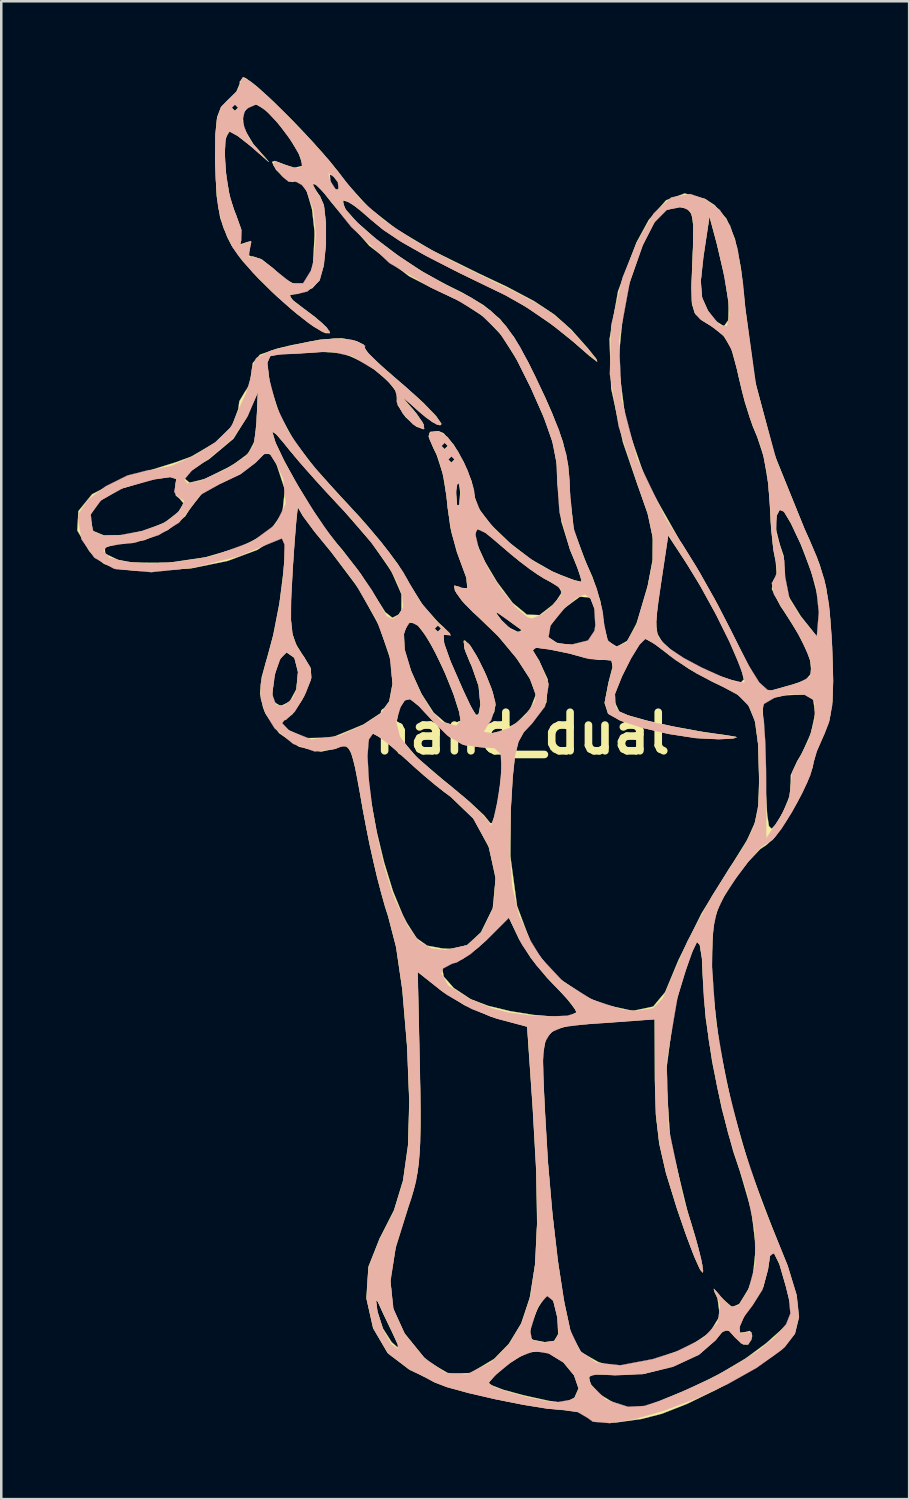
<source format=kicad_pcb>
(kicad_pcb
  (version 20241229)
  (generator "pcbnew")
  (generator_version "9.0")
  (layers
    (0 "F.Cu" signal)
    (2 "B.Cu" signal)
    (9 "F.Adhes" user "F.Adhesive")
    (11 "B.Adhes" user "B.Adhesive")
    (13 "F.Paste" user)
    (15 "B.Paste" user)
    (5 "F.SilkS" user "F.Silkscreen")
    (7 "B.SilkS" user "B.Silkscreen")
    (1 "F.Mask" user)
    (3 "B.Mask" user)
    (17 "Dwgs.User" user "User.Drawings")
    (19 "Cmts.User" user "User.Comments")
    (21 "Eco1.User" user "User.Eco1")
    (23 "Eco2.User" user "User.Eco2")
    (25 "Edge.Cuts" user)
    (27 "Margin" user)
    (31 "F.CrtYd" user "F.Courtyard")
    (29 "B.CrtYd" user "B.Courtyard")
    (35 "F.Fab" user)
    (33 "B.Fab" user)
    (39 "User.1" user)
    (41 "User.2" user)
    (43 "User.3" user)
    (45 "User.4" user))
  (footprint "hand_dual"
    (layer "F.Cu")
    (at 18.065 27.084)
    (property "Reference" "hand_dual" (at -0.47 -1.15 0) (layer "F.SilkS") (effects (font (size 1.524 1.524) (thickness 0.3))))
    (attr through_hole)
    (fp_poly (pts (xy -11.643 -26.895) (xy -11.633 -26.836) (xy -11.771 -26.506) (xy -12.101 -26.188) (xy -12.373 -25.912) (xy -12.531 -25.506) (xy -12.601 -24.837) (xy -12.609 -23.777) (xy -12.607 -23.663) (xy -12.554 -22.422) (xy -12.409 -21.521) (xy -12.132 -20.765) (xy -11.939 -20.396) (xy -11.524 -19.821) (xy -10.894 -19.126) (xy -10.149 -18.403) (xy -9.391 -17.742) (xy -8.724 -17.234) (xy -8.247 -16.969) (xy -8.087 -16.972) (xy -8.203 -17.189) (xy -8.647 -17.587) (xy -8.955 -17.817) (xy -9.525 -18.247) (xy -9.685 -18.46) (xy -9.474 -18.527) (xy -9.366 -18.529) (xy -8.773 -18.745) (xy -8.5 -19.046) (xy -8.332 -19.618) (xy -8.244 -20.427) (xy -8.242 -20.831) (xy -8.682 -20.831) (xy -8.744 -19.662) (xy -8.943 -18.996) (xy -9.302 -18.813) (xy -9.845 -19.095) (xy -10.258 -19.47) (xy -10.765 -19.876) (xy -11.14 -20.005) (xy -11.179 -19.991) (xy -11.307 -20.056) (xy -11.25 -20.297) (xy -11.198 -20.608) (xy -11.428 -20.537) (xy -11.657 -20.463) (xy -11.596 -20.619) (xy -11.581 -21.042) (xy -11.796 -21.664) (xy -11.822 -21.716) (xy -12.027 -22.313) (xy -12.169 -23.098) (xy -12.237 -23.905) (xy -12.219 -24.569) (xy -12.104 -24.924) (xy -12.051 -24.946) (xy -11.744 -24.786) (xy -11.241 -24.396) (xy -11.182 -24.344) (xy -10.496 -23.743) (xy -11.105 -24.436) (xy -11.485 -25.074) (xy -11.526 -25.635) (xy -11.317 -25.882) (xy -11.699 -25.882) (xy -11.833 -25.748) (xy -11.967 -25.882) (xy -11.833 -26.015) (xy -11.699 -25.882) (xy -11.317 -25.882) (xy -11.238 -25.974) (xy -11.004 -26.015) (xy -10.65 -25.817) (xy -10.172 -25.326) (xy -9.688 -24.698) (xy -9.313 -24.088) (xy -9.162 -23.652) (xy -9.181 -23.575) (xy -9.497 -23.496) (xy -9.844 -23.618) (xy -10.248 -23.773) (xy -10.363 -23.733) (xy -10.201 -23.422) (xy -9.859 -23.094) (xy -9.552 -22.94) (xy -9.497 -22.96) (xy -9.235 -22.964) (xy -8.981 -22.558) (xy -8.782 -21.864) (xy -8.685 -21.007) (xy -8.682 -20.831) (xy -8.242 -20.831) (xy -8.239 -21.285) (xy -8.316 -22.004) (xy -8.477 -22.395) (xy -8.491 -22.406) (xy -8.749 -22.779) (xy -8.758 -22.863) (xy -8.621 -22.842) (xy -8.27 -22.472) (xy -7.99 -22.112) (xy -6.52 -20.422) (xy -4.946 -19.218) (xy -4.079 -18.774) (xy -2.854 -18.187) (xy -1.963 -17.595) (xy -1.274 -16.866) (xy -0.654 -15.865) (xy -0.134 -14.813) (xy 0.419 -13.558) (xy 0.747 -12.595) (xy 0.898 -11.753) (xy 0.923 -11.043) (xy 1.069 -9.538) (xy 1.423 -8.394) (xy 1.711 -7.695) (xy 1.862 -7.234) (xy 1.866 -7.14) (xy 1.601 -7.193) (xy 1.018 -7.414) (xy 0.7 -7.552) (xy -0.151 -8.039) (xy -1.003 -8.699) (xy -1.734 -9.414) (xy -2.219 -10.067) (xy -2.347 -10.45) (xy -2.385 -10.642) (xy -2.928 -10.642) (xy -2.957 -10.185) (xy -3.041 -10.145) (xy -3.052 -10.169) (xy -3.105 -10.699) (xy -3.062 -10.971) (xy -2.976 -11.08) (xy -2.93 -10.725) (xy -2.928 -10.642) (xy -2.385 -10.642) (xy -2.476 -11.108) (xy -2.787 -11.868) (xy -2.851 -11.978) (xy -3.144 -11.978) (xy -3.277 -11.845) (xy -3.411 -11.978) (xy -3.277 -12.112) (xy -3.144 -11.978) (xy -2.851 -11.978) (xy -3.161 -12.513) (xy -3.411 -12.513) (xy -3.545 -12.379) (xy -3.678 -12.513) (xy -3.545 -12.647) (xy -3.411 -12.513) (xy -3.161 -12.513) (xy -3.188 -12.559) (xy -3.584 -13.009) (xy -3.779 -13.092) (xy -4.111 -13.064) (xy -4.175 -12.886) (xy -3.98 -12.419) (xy -3.856 -12.166) (xy -3.614 -11.43) (xy -3.459 -10.502) (xy -3.441 -10.267) (xy -3.31 -9.275) (xy -3.058 -8.322) (xy -2.997 -8.162) (xy -2.68 -7.298) (xy -2.642 -6.881) (xy -2.876 -6.898) (xy -3.156 -6.994) (xy -3.135 -6.798) (xy -2.873 -6.413) (xy -2.426 -5.946) (xy -2.281 -5.819) (xy -1.45 -5.023) (xy -0.717 -4.151) (xy -0.183 -3.338) (xy 0.054 -2.717) (xy 0.057 -2.663) (xy -0.16 -2.097) (xy -0.699 -1.555) (xy -1.365 -1.207) (xy -1.66 -1.159) (xy -2.004 -1.216) (xy -1.873 -1.458) (xy -1.86 -1.471) (xy -1.839 -1.511) (xy -2.889 -1.511) (xy -2.959 -1.417) (xy -3.301 -1.502) (xy -3.535 -1.584) (xy -3.98 -1.97) (xy -4.451 -2.696) (xy -4.64 -3.102) (xy -5.6 -3.102) (xy -5.73 -2.416) (xy -6.072 -1.944) (xy -6.753 -1.495) (xy -8.001 -0.981) (xy -9.047 -0.96) (xy -9.71 -1.275) (xy -9.991 -1.571) (xy -9.89 -1.676) (xy -9.568 -1.902) (xy -9.192 -2.451) (xy -9.105 -2.621) (xy -8.835 -3.261) (xy -8.829 -3.557) (xy -9.334 -3.557) (xy -9.403 -2.887) (xy -9.664 -2.404) (xy -10.02 -2.227) (xy -10.299 -2.392) (xy -10.359 -2.687) (xy -10.275 -3.427) (xy -10.077 -4.045) (xy -9.83 -4.351) (xy -9.788 -4.358) (xy -9.472 -4.129) (xy -9.334 -3.557) (xy -8.829 -3.557) (xy -8.826 -3.687) (xy -9.093 -4.158) (xy -9.189 -4.292) (xy -9.431 -4.685) (xy -9.573 -5.124) (xy -9.628 -5.739) (xy -9.609 -6.655) (xy -9.55 -7.701) (xy -9.476 -8.784) (xy -9.409 -9.6) (xy -9.359 -10.049) (xy -9.337 -10.091) (xy -9.152 -9.76) (xy -8.705 -9.155) (xy -8.091 -8.404) (xy -8.047 -8.353) (xy -6.934 -6.868) (xy -6.127 -5.401) (xy -5.674 -4.052) (xy -5.6 -3.102) (xy -4.64 -3.102) (xy -4.861 -3.577) (xy -5.127 -4.43) (xy -5.162 -5.071) (xy -5.159 -5.083) (xy -4.984 -5.527) (xy -4.728 -5.513) (xy -4.6 -5.416) (xy -4.274 -5.004) (xy -3.893 -4.321) (xy -3.509 -3.499) (xy -3.178 -2.668) (xy -2.954 -1.962) (xy -2.889 -1.511) (xy -1.839 -1.511) (xy -1.58 -2.005) (xy -1.539 -2.284) (xy -1.64 -2.758) (xy -1.888 -3.407) (xy -2.207 -4.073) (xy -2.518 -4.598) (xy -2.744 -4.822) (xy -2.781 -4.81) (xy -2.76 -4.509) (xy -2.536 -3.944) (xy -2.479 -3.831) (xy -2.2 -3.04) (xy -2.126 -2.291) (xy -2.129 -2.269) (xy -2.198 -1.892) (xy -2.314 -1.874) (xy -2.538 -2.265) (xy -2.788 -2.797) (xy -3.297 -3.954) (xy -3.561 -4.685) (xy -3.593 -5.038) (xy -3.403 -5.056) (xy -3.373 -5.041) (xy -3.313 -5.067) (xy -3.539 -5.294) (xy -3.678 -5.294) (xy -3.812 -5.161) (xy -3.946 -5.294) (xy -3.812 -5.428) (xy -3.678 -5.294) (xy -3.539 -5.294) (xy -3.602 -5.358) (xy -3.772 -5.507) (xy -4.393 -6.197) (xy -4.681 -6.651) (xy -5.247 -6.651) (xy -5.25 -6.006) (xy -5.354 -5.845) (xy -5.605 -5.716) (xy -5.89 -5.94) (xy -6.294 -6.578) (xy -6.873 -7.468) (xy -7.586 -8.398) (xy -7.826 -8.675) (xy -8.304 -9.291) (xy -8.866 -10.142) (xy -9.248 -10.779) (xy -9.854 -10.779) (xy -9.957 -9.842) (xy -10.476 -9.114) (xy -10.535 -9.069) (xy -11.613 -8.511) (xy -13 -8.104) (xy -14.485 -7.886) (xy -15.854 -7.896) (xy -16.445 -8.003) (xy -16.96 -8.249) (xy -16.972 -8.498) (xy -16.494 -8.633) (xy -16.37 -8.636) (xy -15.404 -8.79) (xy -14.485 -9.186) (xy -13.8 -9.726) (xy -13.586 -10.068) (xy -13.448 -10.239) (xy -13.858 -10.239) (xy -14.073 -9.882) (xy -14.614 -9.474) (xy -15.394 -9.16) (xy -16.238 -8.975) (xy -16.973 -8.956) (xy -17.424 -9.139) (xy -17.449 -9.173) (xy -17.56 -9.767) (xy -17.187 -10.325) (xy -16.381 -10.805) (xy -15.195 -11.163) (xy -15.022 -11.198) (xy -14.381 -11.287) (xy -14.144 -11.206) (xy -14.181 -10.964) (xy -14.166 -10.552) (xy -14.024 -10.435) (xy -13.858 -10.239) (xy -13.448 -10.239) (xy -13.1 -10.672) (xy -12.417 -11.026) (xy -11.644 -11.387) (xy -11.032 -11.844) (xy -11.012 -11.866) (xy -10.645 -12.228) (xy -10.421 -12.174) (xy -10.187 -11.789) (xy -9.854 -10.779) (xy -9.248 -10.779) (xy -9.433 -11.087) (xy -9.924 -11.99) (xy -10.26 -12.71) (xy -10.363 -13.076) (xy -10.225 -13.008) (xy -9.882 -12.616) (xy -9.779 -12.482) (xy -9.326 -11.933) (xy -8.627 -11.142) (xy -7.81 -10.254) (xy -7.532 -9.959) (xy -6.411 -8.672) (xy -5.642 -7.554) (xy -5.247 -6.651) (xy -4.681 -6.651) (xy -4.934 -7.052) (xy -5.005 -7.197) (xy -5.394 -7.838) (xy -6.058 -8.713) (xy -6.887 -9.683) (xy -7.406 -10.241) (xy -8.627 -11.577) (xy -9.487 -12.702) (xy -10.054 -13.723) (xy -10.363 -14.652) (xy -10.915 -14.652) (xy -10.973 -13.456) (xy -11.057 -12.682) (xy -11.306 -12.203) (xy -11.861 -11.794) (xy -12.101 -11.655) (xy -13.031 -11.197) (xy -13.623 -11.054) (xy -13.838 -11.238) (xy -13.838 -11.249) (xy -13.625 -11.493) (xy -13.091 -11.852) (xy -12.865 -11.98) (xy -11.888 -12.797) (xy -11.404 -13.578) (xy -10.915 -14.652) (xy -10.363 -14.652) (xy -10.395 -14.747) (xy -10.472 -15.12) (xy -10.559 -15.774) (xy -10.454 -16.062) (xy -10.093 -16.137) (xy -10.041 -16.138) (xy -9.356 -16.17) (xy -8.501 -16.225) (xy -8.409 -16.232) (xy -7.555 -16.178) (xy -6.738 -15.816) (xy -6.326 -15.539) (xy -5.745 -15.044) (xy -5.44 -14.637) (xy -5.432 -14.493) (xy -5.395 -14.124) (xy -5.084 -13.65) (xy -4.662 -13.275) (xy -4.392 -13.182) (xy -4.369 -13.352) (xy -4.648 -13.776) (xy -4.767 -13.917) (xy -5.139 -14.345) (xy -5.183 -14.429) (xy -4.872 -14.161) (xy -4.546 -13.867) (xy -4.031 -13.458) (xy -3.72 -13.324) (xy -3.678 -13.376) (xy -3.871 -13.675) (xy -4.381 -14.205) (xy -5.11 -14.864) (xy -5.306 -15.03) (xy -6.034 -15.661) (xy -6.534 -16.142) (xy -6.725 -16.391) (xy -6.71 -16.409) (xy -6.733 -16.504) (xy -7.021 -16.647) (xy -7.599 -16.765) (xy -8.429 -16.714) (xy -9.615 -16.484) (xy -10.162 -16.352) (xy -10.841 -16.115) (xy -11.125 -15.781) (xy -11.165 -15.46) (xy -11.265 -14.898) (xy -11.432 -14.652) (xy -11.655 -14.276) (xy -11.699 -13.955) (xy -11.944 -13.295) (xy -12.599 -12.64) (xy -13.549 -12.089) (xy -14.162 -11.864) (xy -15.204 -11.539) (xy -16.286 -11.181) (xy -16.448 -11.125) (xy -17.475 -10.599) (xy -18.017 -9.932) (xy -18.06 -9.169) (xy -17.585 -8.355) (xy -17.46 -8.223) (xy -17.006 -7.851) (xy -16.474 -7.651) (xy -15.685 -7.575) (xy -15.096 -7.567) (xy -13.556 -7.673) (xy -12.123 -7.964) (xy -10.948 -8.401) (xy -10.309 -8.818) (xy -10.024 -9.056) (xy -9.875 -9.058) (xy -9.833 -8.739) (xy -9.873 -8.013) (xy -9.911 -7.526) (xy -10.066 -6.301) (xy -10.316 -5.022) (xy -10.516 -4.274) (xy -10.772 -3.359) (xy -10.835 -2.729) (xy -10.716 -2.175) (xy -10.629 -1.95) (xy -10.083 -1.159) (xy -9.297 -0.622) (xy -8.437 -0.427) (xy -7.872 -0.544) (xy -7.585 -0.656) (xy -7.382 -0.625) (xy -7.224 -0.365) (xy -7.074 0.208) (xy -6.892 1.179) (xy -6.769 1.883) (xy -6.509 3.228) (xy -6.205 4.558) (xy -5.906 5.667) (xy -5.776 6.069) (xy -5.462 7.274) (xy -5.215 8.953) (xy -5.03 11.134) (xy -5.023 11.247) (xy -4.937 13.392) (xy -4.985 15.115) (xy -5.181 16.516) (xy -5.538 17.693) (xy -6.071 18.747) (xy -6.095 18.785) (xy -6.551 19.932) (xy -6.632 21.165) (xy -6.37 22.345) (xy -5.796 23.333) (xy -4.941 23.99) (xy -4.913 24.002) (xy -4.272 24.31) (xy -3.946 24.49) (xy -3.446 24.682) (xy -2.584 24.917) (xy -1.523 25.162) (xy -0.43 25.379) (xy 0.53 25.533) (xy 1.185 25.59) (xy 1.777 25.677) (xy 2.07 25.854) (xy 2.477 26.056) (xy 3.248 26.085) (xy 4.241 25.948) (xy 5.047 25.74) (xy 6.037 25.352) (xy 7.219 24.776) (xy 8.405 24.114) (xy 9.408 23.47) (xy 9.891 23.093) (xy 10.295 22.579) (xy 10.441 21.977) (xy 10.269 21.977) (xy 9.167 22.959) (xy 8.349 23.564) (xy 7.262 24.209) (xy 6.14 24.753) (xy 6.137 24.755) (xy 5.116 25.184) (xy 4.457 25.437) (xy 4.028 25.538) (xy 3.695 25.515) (xy 3.327 25.391) (xy 3.173 25.332) (xy 2.565 24.962) (xy 2.371 24.74) (xy 1.754 24.74) (xy 1.593 25.105) (xy 1.589 25.107) (xy 1.331 25.25) (xy 1.049 25.295) (xy 0.589 25.236) (xy -0.201 25.063) (xy -0.45 25.006) (xy -1.213 24.8) (xy -1.705 24.61) (xy -1.807 24.522) (xy -1.612 24.269) (xy -1.129 23.852) (xy -0.965 23.728) (xy -0.29 23.323) (xy 0.27 23.267) (xy 0.567 23.348) (xy 1.149 23.703) (xy 1.575 24.22) (xy 1.754 24.74) (xy 2.371 24.74) (xy 2.246 24.597) (xy 2.142 24.307) (xy 2.317 24.185) (xy 2.878 24.189) (xy 3.186 24.212) (xy 4.35 24.155) (xy 5.531 23.855) (xy 6.54 23.376) (xy 7.164 22.824) (xy 7.489 22.435) (xy 7.724 22.468) (xy 7.925 22.708) (xy 8.266 23.007) (xy 8.446 22.998) (xy 8.617 22.67) (xy 8.525 22.47) (xy 8.353 22.512) (xy 8.109 22.545) (xy 8.114 22.266) (xy 8.331 21.816) (xy 8.628 21.435) (xy 9.051 20.734) (xy 9.23 20.04) (xy 9.324 19.452) (xy 9.484 19.393) (xy 9.704 19.859) (xy 9.947 20.703) (xy 10.269 21.977) (xy 10.441 21.977) (xy 10.454 21.924) (xy 10.36 21.05) (xy 10.003 19.877) (xy 9.715 19.165) (xy 8.759 19.165) (xy 8.638 20.354) (xy 8.464 20.818) (xy 8.109 21.405) (xy 7.816 21.527) (xy 7.454 21.218) (xy 7.363 21.108) (xy 7.098 20.801) (xy 7.129 20.932) (xy 7.244 21.168) (xy 7.338 21.874) (xy 6.936 22.536) (xy 6.075 23.121) (xy 4.794 23.595) (xy 4.418 23.691) (xy 3.769 23.848) (xy 3.405 23.946) (xy 3.38 23.956) (xy 3.139 23.896) (xy 2.588 23.716) (xy 2.515 23.69) (xy 1.858 23.315) (xy 1.484 22.656) (xy 1.469 22.606) (xy 0.949 22.606) (xy 0.785 22.866) (xy 0.412 22.913) (xy -0.064 22.821) (xy -0.203 22.663) (xy -0.098 22.139) (xy 0.146 21.552) (xy 0.424 21.127) (xy 0.564 21.042) (xy 0.753 21.277) (xy 0.901 21.855) (xy 0.918 21.977) (xy 0.949 22.606) (xy 1.469 22.606) (xy 1.414 22.42) (xy 1.156 21.21) (xy 0.912 19.591) (xy 0.757 18.224) (xy 0.115 18.224) (xy 0.032 19.867) (xy -0.176 21.168) (xy -0.519 22.188) (xy -1.007 22.988) (xy -1.579 23.574) (xy -2.51 24.132) (xy -3.372 24.166) (xy -4.202 23.672) (xy -4.362 23.515) (xy -4.759 23.024) (xy -5.38 23.024) (xy -5.394 23.127) (xy -5.637 22.913) (xy -5.989 22.36) (xy -6.202 21.71) (xy -6.26 21.277) (xy -6.201 21.27) (xy -6.183 21.309) (xy -5.947 21.826) (xy -5.62 22.508) (xy -5.618 22.512) (xy -5.38 23.024) (xy -4.759 23.024) (xy -5.148 22.542) (xy -5.586 21.556) (xy -5.69 20.448) (xy -5.47 19.109) (xy -4.977 17.541) (xy -4.76 16.866) (xy -4.615 16.186) (xy -4.532 15.383) (xy -4.501 14.337) (xy -4.511 12.929) (xy -4.527 12.157) (xy -4.614 8.268) (xy -3.652 9.03) (xy -2.75 9.596) (xy -1.718 10.044) (xy -1.485 10.115) (xy -0.28 10.437) (xy -0.058 13.667) (xy 0.082 16.178) (xy 0.115 18.224) (xy 0.757 18.224) (xy 0.696 17.691) (xy 0.522 15.636) (xy 0.414 13.768) (xy 0.349 12.393) (xy 0.344 11.46) (xy 0.471 10.878) (xy 0.802 10.555) (xy 1.408 10.397) (xy 2.363 10.314) (xy 3.148 10.26) (xy 4.761 10.141) (xy 4.77 12.583) (xy 4.809 13.92) (xy 4.941 15.055) (xy 5.206 16.217) (xy 5.644 17.637) (xy 5.651 17.657) (xy 6.021 18.728) (xy 6.34 19.563) (xy 6.568 20.061) (xy 6.655 20.155) (xy 6.638 19.859) (xy 6.478 19.18) (xy 6.207 18.241) (xy 6.065 17.791) (xy 5.378 14.97) (xy 5.199 12.302) (xy 5.514 9.878) (xy 1.669 9.878) (xy 1.434 10.021) (xy 0.824 10.05) (xy -0.018 9.981) (xy -0.948 9.832) (xy -1.823 9.621) (xy -2.501 9.366) (xy -2.511 9.36) (xy -3.183 8.915) (xy -3.579 8.464) (xy -3.646 8.106) (xy -3.333 7.943) (xy -3.27 7.941) (xy -2.826 7.762) (xy -2.213 7.309) (xy -1.914 7.031) (xy -1.005 6.122) (xy -0.593 6.989) (xy -0.136 7.723) (xy 0.513 8.516) (xy 0.743 8.753) (xy 1.286 9.322) (xy 1.619 9.756) (xy 1.669 9.878) (xy 5.514 9.878) (xy 5.527 9.777) (xy 5.651 9.294) (xy 5.945 8.316) (xy 6.213 7.541) (xy 6.406 7.114) (xy 6.429 7.084) (xy 6.544 7.209) (xy 6.63 7.749) (xy 6.666 8.539) (xy 6.772 10.047) (xy 7.036 11.835) (xy 7.416 13.684) (xy 7.869 15.376) (xy 8.132 16.153) (xy 8.587 17.723) (xy 8.759 19.165) (xy 9.715 19.165) (xy 9.394 18.368) (xy 8.524 16.064) (xy 7.816 13.611) (xy 7.311 11.182) (xy 7.048 8.949) (xy 7.019 8.08) (xy 7.036 6.966) (xy 7.123 6.199) (xy 7.326 5.591) (xy 7.694 4.954) (xy 7.885 4.669) (xy 8.432 3.946) (xy 8.929 3.424) (xy 9.181 3.255) (xy 9.5 2.963) (xy 9.936 2.345) (xy 10.395 1.565) (xy 10.783 0.788) (xy 11.005 0.179) (xy 11.027 0.024) (xy 11.138 -0.394) (xy 11.411 -1.035) (xy 11.458 -1.13) (xy 11.67 -1.698) (xy 11.707 -1.938) (xy 11.108 -1.938) (xy 10.936 -1.148) (xy 10.565 -0.318) (xy 10.4 -0.058) (xy 10.143 0.501) (xy 10.135 0.872) (xy 10.1 1.324) (xy 9.837 1.965) (xy 9.78 2.066) (xy 9.545 2.453) (xy 9.383 2.624) (xy 9.277 2.518) (xy 9.207 2.072) (xy 9.155 1.224) (xy 9.139 0.808) (xy 8.888 0.808) (xy 8.859 1.69) (xy 8.726 2.375) (xy 8.423 3.057) (xy 7.883 3.928) (xy 7.713 4.184) (xy 6.613 5.97) (xy 5.699 7.819) (xy 5.177 9.077) (xy 4.702 9.649) (xy 3.901 9.819) (xy 2.804 9.586) (xy 2.05 9.268) (xy 0.806 8.42) (xy -0.1 7.231) (xy -0.679 5.673) (xy -0.825 4.588) (xy -1.524 4.588) (xy -1.638 5.774) (xy -2.105 6.716) (xy -2.636 7.222) (xy -3.274 7.369) (xy -3.625 7.353) (xy -4.231 7.243) (xy -4.65 6.948) (xy -5.041 6.335) (xy -5.196 6.033) (xy -5.581 5.099) (xy -5.931 3.965) (xy -6.228 2.736) (xy -6.455 1.518) (xy -6.594 0.416) (xy -6.628 -0.464) (xy -6.54 -1.015) (xy -6.384 -1.15) (xy -6.072 -0.979) (xy -5.524 -0.541) (xy -5.09 -0.147) (xy -4.333 0.533) (xy -3.598 1.134) (xy -3.3 1.352) (xy -2.387 2.236) (xy -1.784 3.362) (xy -1.524 4.588) (xy -0.825 4.588) (xy -0.943 3.718) (xy -0.935 1.868) (xy -0.861 0.603) (xy -0.796 -0.014) (xy -1.275 -0.014) (xy -1.315 0.661) (xy -1.411 1.387) (xy -1.533 2.014) (xy -1.654 2.394) (xy -1.738 2.399) (xy -1.987 2.092) (xy -2.554 1.563) (xy -3.327 0.915) (xy -3.542 0.744) (xy -4.593 -0.148) (xy -5.218 -0.862) (xy -5.46 -1.472) (xy -5.364 -2.052) (xy -5.291 -2.203) (xy -5.101 -2.487) (xy -4.882 -2.501) (xy -4.522 -2.197) (xy -4.042 -1.679) (xy -3.347 -1.004) (xy -2.745 -0.684) (xy -2.177 -0.615) (xy -1.554 -0.557) (xy -1.306 -0.316) (xy -1.275 -0.014) (xy -0.796 -0.014) (xy -0.772 -0.249) (xy -0.638 -0.807) (xy -0.431 -1.193) (xy -0.12 -1.527) (xy -0.097 -1.548) (xy 0.482 -2.376) (xy 0.536 -3.274) (xy 0.186 -4.027) (xy -0.061 -4.421) (xy 0.034 -4.546) (xy 0.557 -4.482) (xy 0.654 -4.465) (xy 1.39 -4.313) (xy 1.933 -4.162) (xy 1.936 -4.161) (xy 2.564 -4.054) (xy 2.784 -4.063) (xy 3.058 -4.035) (xy 3.097 -3.764) (xy 2.938 -3.162) (xy 2.783 -2.347) (xy 2.919 -1.932) (xy 3.425 -1.65) (xy 4.292 -1.369) (xy 5.346 -1.129) (xy 6.415 -0.968) (xy 7.284 -0.926) (xy 7.897 -0.96) (xy 7.978 -1.01) (xy 7.685 -1.058) (xy 6.582 -1.217) (xy 5.448 -1.427) (xy 4.43 -1.655) (xy 3.675 -1.869) (xy 3.356 -2.012) (xy 3.153 -2.446) (xy 3.181 -2.707) (xy 3.448 -3.383) (xy 3.798 -4.086) (xy 4.137 -4.645) (xy 4.373 -4.892) (xy 4.383 -4.893) (xy 4.689 -4.736) (xy 5.215 -4.347) (xy 5.357 -4.23) (xy 6.11 -3.705) (xy 7.041 -3.192) (xy 7.344 -3.053) (xy 8.011 -2.708) (xy 8.455 -2.282) (xy 8.72 -1.664) (xy 8.85 -0.746) (xy 8.887 0.581) (xy 8.888 0.808) (xy 9.139 0.808) (xy 9.104 -0.088) (xy 9.097 -0.281) (xy 9.018 -2.487) (xy 9.918 -2.656) (xy 10.704 -2.686) (xy 11.027 -2.486) (xy 11.108 -1.938) (xy 11.707 -1.938) (xy 11.782 -2.423) (xy 11.804 -3.438) (xy 11.801 -3.533) (xy 10.961 -3.533) (xy 10.725 -3.253) (xy 10.183 -3.06) (xy 9.537 -2.88) (xy 9.142 -2.782) (xy 9.122 -2.778) (xy 8.941 -2.992) (xy 8.772 -3.282) (xy 8.286 -3.282) (xy 8.175 -3.167) (xy 7.752 -3.267) (xy 7.231 -3.444) (xy 6.341 -3.838) (xy 5.549 -4.323) (xy 5.389 -4.452) (xy 5.039 -4.784) (xy 4.853 -5.106) (xy 4.811 -5.563) (xy 4.887 -6.305) (xy 4.992 -7.022) (xy 5.288 -8.984) (xy 5.987 -7.928) (xy 6.594 -6.935) (xy 7.22 -5.794) (xy 7.768 -4.687) (xy 8.143 -3.8) (xy 8.199 -3.634) (xy 8.286 -3.282) (xy 8.772 -3.282) (xy 8.596 -3.585) (xy 8.145 -4.453) (xy 7.888 -4.976) (xy 7.253 -6.221) (xy 6.532 -7.51) (xy 5.862 -8.603) (xy 5.739 -8.786) (xy 4.429 -11.101) (xy 3.62 -13.447) (xy 3.32 -15.788) (xy 3.536 -18.086) (xy 3.762 -18.963) (xy 4.255 -20.388) (xy 4.725 -21.33) (xy 5.207 -21.837) (xy 5.732 -21.958) (xy 5.772 -21.953) (xy 6.06 -21.876) (xy 6.224 -21.67) (xy 6.288 -21.221) (xy 6.279 -20.413) (xy 6.253 -19.803) (xy 6.213 -18.759) (xy 6.237 -18.114) (xy 6.362 -17.731) (xy 6.628 -17.475) (xy 6.965 -17.271) (xy 7.466 -16.896) (xy 7.786 -16.371) (xy 8.023 -15.523) (xy 8.071 -15.285) (xy 8.322 -14.257) (xy 8.635 -13.297) (xy 8.815 -12.872) (xy 9.076 -12.076) (xy 9.257 -10.993) (xy 9.31 -10.242) (xy 9.365 -9.24) (xy 9.457 -8.386) (xy 9.548 -7.931) (xy 9.584 -7.394) (xy 9.442 -7.178) (xy 9.393 -6.85) (xy 9.733 -6.183) (xy 9.94 -5.878) (xy 10.444 -5.072) (xy 10.814 -4.313) (xy 10.905 -4.038) (xy 10.961 -3.533) (xy 11.801 -3.533) (xy 11.765 -4.58) (xy 11.679 -5.89) (xy 11.294 -5.89) (xy 11.294 -4.82) (xy 10.528 -5.784) (xy 9.974 -6.684) (xy 9.885 -7.395) (xy 9.859 -8.15) (xy 9.701 -8.616) (xy 9.528 -9.305) (xy 9.576 -9.767) (xy 9.702 -10) (xy 9.878 -9.911) (xy 10.155 -9.439) (xy 10.526 -8.651) (xy 10.95 -7.55) (xy 11.225 -6.501) (xy 11.294 -5.89) (xy 11.679 -5.89) (xy 11.678 -5.911) (xy 11.532 -6.918) (xy 11.279 -7.813) (xy 10.87 -8.809) (xy 10.685 -9.209) (xy 9.488 -12.177) (xy 8.716 -15.109) (xy 8.334 -17.954) (xy 8.315 -18.136) (xy 7.685 -18.136) (xy 7.672 -17.481) (xy 7.497 -17.238) (xy 7.166 -17.447) (xy 6.873 -17.838) (xy 6.636 -18.34) (xy 6.572 -18.966) (xy 6.665 -19.901) (xy 6.686 -20.043) (xy 6.922 -21.604) (xy 7.21 -20.534) (xy 7.533 -19.167) (xy 7.685 -18.136) (xy 8.315 -18.136) (xy 8.165 -19.544) (xy 7.93 -20.691) (xy 7.595 -21.488) (xy 7.128 -22.025) (xy 6.754 -22.269) (xy 5.946 -22.488) (xy 5.213 -22.218) (xy 4.528 -21.442) (xy 4.047 -20.558) (xy 3.312 -18.62) (xy 2.977 -16.729) (xy 3.042 -14.777) (xy 3.507 -12.656) (xy 4.082 -10.983) (xy 4.48 -9.854) (xy 4.681 -8.925) (xy 4.685 -8.027) (xy 4.489 -6.989) (xy 4.093 -5.642) (xy 4.046 -5.495) (xy 3.684 -4.807) (xy 3.268 -4.573) (xy 2.915 -4.786) (xy 2.763 -5.361) (xy 2.467 -5.361) (xy 2.408 -4.861) (xy 2.114 -4.659) (xy 1.564 -4.626) (xy 0.897 -4.723) (xy 0.528 -4.965) (xy 0.519 -4.984) (xy 0.578 -5.236) (xy -0.492 -5.236) (xy -0.58 -5.164) (xy -0.66 -5.161) (xy -1.033 -5.35) (xy -1.306 -5.628) (xy -1.534 -5.941) (xy -1.408 -5.897) (xy -1.138 -5.704) (xy -0.688 -5.376) (xy -0.492 -5.236) (xy 0.578 -5.236) (xy 0.611 -5.376) (xy 1.006 -5.92) (xy 1.182 -6.098) (xy 1.802 -6.55) (xy 2.21 -6.52) (xy 2.424 -5.998) (xy 2.467 -5.361) (xy 2.763 -5.361) (xy 2.742 -5.44) (xy 2.738 -5.57) (xy 2.614 -6.362) (xy 2.495 -6.727) (xy 1.096 -6.727) (xy 0.884 -6.399) (xy 0.726 -6.222) (xy 0.213 -5.823) (xy -0.29 -5.84) (xy -0.852 -6.302) (xy -1.473 -7.132) (xy -1.95 -7.932) (xy -2.265 -8.632) (xy -2.342 -8.965) (xy -2.293 -9.232) (xy -2.09 -9.209) (xy -1.64 -8.862) (xy -1.296 -8.556) (xy -0.564 -7.941) (xy 0.115 -7.443) (xy 0.375 -7.285) (xy 0.945 -6.966) (xy 1.096 -6.727) (xy 2.495 -6.727) (xy 2.298 -7.327) (xy 2.07 -7.834) (xy 1.576 -9.116) (xy 1.404 -10.496) (xy 1.402 -10.729) (xy 1.341 -11.727) (xy 1.126 -12.686) (xy 0.702 -13.807) (xy 0.431 -14.414) (xy -0.231 -15.8) (xy -0.794 -16.799) (xy -1.354 -17.52) (xy -2.007 -18.072) (xy -2.849 -18.567) (xy -3.483 -18.88) (xy -4.398 -19.38) (xy -5.345 -20.002) (xy -6.231 -20.668) (xy -6.963 -21.304) (xy -7.447 -21.831) (xy -7.589 -22.174) (xy -7.563 -22.219) (xy -7.301 -22.144) (xy -6.81 -21.78) (xy -6.549 -21.543) (xy -6.022 -21.099) (xy -5.326 -20.628) (xy -4.381 -20.087) (xy -3.111 -19.431) (xy -1.438 -18.617) (xy -1.162 -18.486) (xy -0.231 -17.953) (xy 0.81 -17.227) (xy 1.511 -16.657) (xy 2.181 -16.073) (xy 2.488 -15.835) (xy 2.463 -15.93) (xy 2.137 -16.341) (xy 2.116 -16.367) (xy 1.462 -17.103) (xy 0.797 -17.695) (xy -0.008 -18.231) (xy -1.083 -18.8) (xy -2.189 -19.322) (xy -4.044 -20.236) (xy -5.469 -21.088) (xy -6.554 -21.942) (xy -7.327 -22.791) (xy -7.689 -22.791) (xy -7.775 -22.548) (xy -7.972 -22.76) (xy -8.058 -22.954) (xy -8.077 -23.23) (xy -7.953 -23.206) (xy -7.698 -22.864) (xy -7.689 -22.791) (xy -7.327 -22.791) (xy -7.389 -22.86) (xy -7.555 -23.087) (xy -8.069 -23.742) (xy -8.764 -24.53) (xy -9.543 -25.354) (xy -10.307 -26.113) (xy -10.958 -26.708) (xy -11.399 -27.041) (xy -11.499 -27.079) (xy -11.643 -26.895)) (stroke (width 0.01) (type solid)) (fill yes) (layer "F.SilkS"))
    (fp_poly (pts (xy -11.171 -26.879) (xy -10.597 -26.383) (xy -9.87 -25.682) (xy -9.085 -24.874) (xy -8.343 -24.058) (xy -7.739 -23.334) (xy -7.548 -23.077) (xy -6.848 -22.225) (xy -5.966 -21.442) (xy -4.813 -20.666) (xy -3.299 -19.833) (xy -2.018 -19.204) (xy -0.796 -18.613) (xy 0.066 -18.159) (xy 0.695 -17.753) (xy 1.218 -17.31) (xy 1.759 -16.743) (xy 2.077 -16.384) (xy 2.426 -15.971) (xy 2.453 -15.882) (xy 2.133 -16.131) (xy 1.519 -16.661) (xy 0.568 -17.408) (xy -0.474 -18.101) (xy -1.154 -18.476) (xy -2.892 -19.316) (xy -4.215 -19.992) (xy -5.201 -20.546) (xy -5.928 -21.024) (xy -6.474 -21.47) (xy -6.541 -21.533) (xy -7.089 -21.997) (xy -7.473 -22.217) (xy -7.556 -22.209) (xy -7.506 -21.92) (xy -7.093 -21.429) (xy -6.411 -20.812) (xy -5.552 -20.145) (xy -4.611 -19.506) (xy -3.68 -18.971) (xy -3.476 -18.87) (xy -2.474 -18.358) (xy -1.719 -17.853) (xy -1.115 -17.246) (xy -0.566 -16.427) (xy 0.025 -15.285) (xy 0.438 -14.404) (xy 0.973 -13.145) (xy 1.275 -12.138) (xy 1.398 -11.182) (xy 1.409 -10.719) (xy 1.539 -9.297) (xy 1.981 -8.021) (xy 2.077 -7.824) (xy 2.464 -6.886) (xy 2.705 -5.963) (xy 2.746 -5.56) (xy 2.883 -4.844) (xy 3.218 -4.566) (xy 3.632 -4.735) (xy 4.009 -5.357) (xy 4.011 -5.365) (xy 4.814 -5.365) (xy 4.897 -4.977) (xy 5.124 -4.691) (xy 5.363 -4.488) (xy 5.907 -4.126) (xy 6.637 -3.739) (xy 7.389 -3.399) (xy 8.004 -3.18) (xy 8.32 -3.155) (xy 8.321 -3.156) (xy 8.268 -3.424) (xy 8.035 -4.038) (xy 7.704 -4.799) (xy 7.152 -5.912) (xy 6.511 -7.073) (xy 6.145 -7.675) (xy 5.298 -8.996) (xy 5 -7.012) (xy 4.856 -5.995) (xy 4.814 -5.365) (xy 4.011 -5.365) (xy 4.053 -5.485) (xy 4.468 -6.869) (xy 4.682 -7.929) (xy 4.697 -8.833) (xy 4.515 -9.751) (xy 4.135 -10.855) (xy 4.089 -10.973) (xy 3.339 -13.28) (xy 2.989 -15.342) (xy 3.024 -16.682) (xy 3.35 -16.682) (xy 3.45 -14.353) (xy 4.061 -12.004) (xy 5.177 -9.673) (xy 5.747 -8.776) (xy 6.387 -7.758) (xy 7.109 -6.49) (xy 7.774 -5.215) (xy 7.899 -4.96) (xy 8.468 -3.839) (xy 8.895 -3.16) (xy 9.222 -2.865) (xy 9.4 -2.85) (xy 10.004 -3.02) (xy 10.455 -3.149) (xy 10.895 -3.377) (xy 10.956 -3.811) (xy 10.909 -4.039) (xy 10.653 -4.68) (xy 10.198 -5.49) (xy 9.947 -5.868) (xy 9.474 -6.647) (xy 9.388 -7.094) (xy 9.45 -7.168) (xy 9.614 -7.544) (xy 9.556 -7.921) (xy 9.449 -8.484) (xy 9.393 -9.055) (xy 9.556 -9.055) (xy 9.687 -8.645) (xy 9.884 -7.973) (xy 9.916 -7.338) (xy 10.095 -6.44) (xy 10.513 -5.773) (xy 11.168 -4.978) (xy 11.247 -5.937) (xy 11.135 -6.976) (xy 10.67 -8.333) (xy 10.546 -8.614) (xy 10.133 -9.486) (xy 9.866 -9.921) (xy 9.697 -9.979) (xy 9.583 -9.757) (xy 9.556 -9.055) (xy 9.393 -9.055) (xy 9.361 -9.373) (xy 9.317 -10.232) (xy 9.214 -11.368) (xy 9.001 -12.381) (xy 8.823 -12.862) (xy 8.515 -13.644) (xy 8.217 -14.666) (xy 8.079 -15.275) (xy 7.848 -16.214) (xy 7.553 -16.793) (xy 7.098 -17.185) (xy 6.972 -17.261) (xy 6.568 -17.513) (xy 6.334 -17.784) (xy 6.232 -18.209) (xy 6.225 -18.924) (xy 6.23 -19.048) (xy 6.582 -19.048) (xy 6.627 -18.395) (xy 6.842 -17.888) (xy 6.88 -17.828) (xy 7.33 -17.284) (xy 7.617 -17.243) (xy 7.72 -17.692) (xy 7.669 -18.318) (xy 7.484 -19.358) (xy 7.248 -20.407) (xy 7.217 -20.524) (xy 6.929 -21.594) (xy 6.693 -20.033) (xy 6.582 -19.048) (xy 6.23 -19.048) (xy 6.26 -19.793) (xy 6.298 -20.836) (xy 6.276 -21.46) (xy 6.168 -21.78) (xy 5.949 -21.911) (xy 5.779 -21.943) (xy 5.25 -21.848) (xy 4.766 -21.37) (xy 4.296 -20.461) (xy 3.806 -19.071) (xy 3.769 -18.953) (xy 3.35 -16.682) (xy 3.024 -16.682) (xy 3.04 -17.265) (xy 3.49 -19.159) (xy 4.055 -20.548) (xy 4.722 -21.699) (xy 5.419 -22.333) (xy 6.17 -22.465) (xy 6.762 -22.259) (xy 7.329 -21.838) (xy 7.742 -21.214) (xy 8.035 -20.297) (xy 8.242 -18.994) (xy 8.342 -17.944) (xy 8.77 -14.867) (xy 9.573 -11.939) (xy 10.693 -9.199) (xy 11.167 -8.121) (xy 11.468 -7.215) (xy 11.644 -6.27) (xy 11.746 -5.073) (xy 11.773 -4.57) (xy 11.814 -3.219) (xy 11.776 -2.266) (xy 11.647 -1.579) (xy 11.466 -1.12) (xy 11.177 -0.467) (xy 11.037 -0.003) (xy 11.034 0.034) (xy 10.911 0.503) (xy 10.599 1.196) (xy 10.188 1.958) (xy 9.764 2.632) (xy 9.417 3.062) (xy 9.285 3.138) (xy 8.975 3.343) (xy 8.489 3.879) (xy 7.992 4.544) (xy 7.503 5.29) (xy 7.214 5.895) (xy 7.074 6.551) (xy 7.029 7.448) (xy 7.026 8.087) (xy 7.172 10.185) (xy 7.577 12.554) (xy 8.203 15.021) (xy 9.009 17.414) (xy 9.401 18.378) (xy 10.019 19.905) (xy 10.372 21.057) (xy 10.465 21.918) (xy 10.305 22.573) (xy 9.898 23.108) (xy 9.755 23.234) (xy 8.796 23.922) (xy 7.636 24.573) (xy 6.374 25.152) (xy 5.112 25.625) (xy 3.949 25.957) (xy 2.985 26.113) (xy 2.32 26.058) (xy 2.098 25.897) (xy 1.716 25.674) (xy 1.193 25.6) (xy 0.526 25.542) (xy -0.437 25.386) (xy -1.531 25.168) (xy -2.59 24.924) (xy -3.449 24.689) (xy -3.835 24.54) (xy -1.799 24.54) (xy -1.566 24.694) (xy -0.986 24.897) (xy -0.236 25.098) (xy 0.505 25.249) (xy 0.874 25.293) (xy 1.451 25.19) (xy 1.597 25.117) (xy 1.761 24.754) (xy 1.593 24.257) (xy 2.173 24.257) (xy 2.192 24.483) (xy 2.255 24.609) (xy 2.842 25.192) (xy 3.706 25.467) (xy 4.35 25.434) (xy 4.913 25.252) (xy 5.778 24.901) (xy 6.77 24.453) (xy 6.89 24.396) (xy 7.916 23.848) (xy 8.845 23.255) (xy 9.486 22.739) (xy 9.51 22.714) (xy 9.955 22.205) (xy 10.124 21.778) (xy 10.069 21.204) (xy 9.945 20.684) (xy 9.677 19.772) (xy 9.466 19.38) (xy 9.315 19.511) (xy 9.237 20.05) (xy 9.012 20.85) (xy 8.635 21.445) (xy 8.276 21.93) (xy 8.101 22.355) (xy 8.147 22.579) (xy 8.361 22.522) (xy 8.595 22.525) (xy 8.594 22.8) (xy 8.454 23.008) (xy 8.183 22.967) (xy 7.932 22.718) (xy 7.65 22.421) (xy 7.407 22.527) (xy 7.171 22.834) (xy 6.49 23.421) (xy 5.464 23.891) (xy 4.279 24.177) (xy 3.194 24.222) (xy 2.472 24.184) (xy 2.173 24.257) (xy 1.593 24.257) (xy 1.586 24.234) (xy 1.161 23.717) (xy 0.58 23.36) (xy 0.574 23.358) (xy -0.013 23.266) (xy -0.603 23.496) (xy -0.957 23.738) (xy -1.494 24.177) (xy -1.783 24.493) (xy -1.799 24.54) (xy -3.835 24.54) (xy -3.938 24.5) (xy -4.516 24.194) (xy -4.906 24.012) (xy -5.768 23.366) (xy -6.35 22.386) (xy -6.611 21.257) (xy -6.251 21.257) (xy -6.207 21.633) (xy -6.191 21.719) (xy -5.965 22.446) (xy -5.649 22.997) (xy -5.369 23.191) (xy -5.399 22.985) (xy -5.617 22.486) (xy -5.633 22.455) (xy -5.958 21.791) (xy -6.176 21.319) (xy -6.251 21.257) (xy -6.611 21.257) (xy -6.622 21.21) (xy -6.582 20.528) (xy -5.686 20.528) (xy -5.563 21.626) (xy -5.104 22.608) (xy -4.355 23.525) (xy -3.528 24.121) (xy -2.675 24.19) (xy -1.76 23.734) (xy -1.571 23.584) (xy -0.946 22.928) (xy -0.671 22.452) (xy -0.158 22.452) (xy -0.098 22.808) (xy 0.281 22.92) (xy 0.419 22.923) (xy 0.825 22.859) (xy 0.961 22.563) (xy 0.925 21.987) (xy 0.76 21.282) (xy 0.51 21.087) (xy 0.21 21.411) (xy 0.065 21.737) (xy -0.158 22.452) (xy -0.671 22.452) (xy -0.472 22.109) (xy -0.143 21.065) (xy 0.053 19.733) (xy 0.124 18.054) (xy 0.08 15.965) (xy -0.05 13.677) (xy -0.18 11.786) (xy 0.341 11.786) (xy 0.378 12.879) (xy 0.422 13.778) (xy 0.545 15.869) (xy 0.725 17.917) (xy 0.946 19.796) (xy 1.193 21.379) (xy 1.422 22.435) (xy 1.808 23.262) (xy 2.452 23.723) (xy 3.398 23.827) (xy 4.691 23.582) (xy 5.62 23.283) (xy 6.663 22.767) (xy 7.251 22.144) (xy 7.35 21.458) (xy 7.264 21.211) (xy 7.096 20.834) (xy 7.2 20.909) (xy 7.373 21.118) (xy 7.761 21.509) (xy 8.057 21.475) (xy 8.39 20.983) (xy 8.472 20.828) (xy 8.743 19.812) (xy 8.717 18.481) (xy 8.403 16.96) (xy 8.139 16.163) (xy 7.663 14.646) (xy 7.238 12.855) (xy 6.906 11.007) (xy 6.709 9.32) (xy 6.674 8.549) (xy 6.634 7.724) (xy 6.546 7.202) (xy 6.436 7.094) (xy 6.262 7.443) (xy 6.004 8.166) (xy 5.712 9.117) (xy 5.659 9.304) (xy 5.231 11.803) (xy 5.31 14.441) (xy 5.897 17.231) (xy 6.073 17.801) (xy 6.382 18.813) (xy 6.593 19.618) (xy 6.674 20.093) (xy 6.662 20.165) (xy 6.53 19.985) (xy 6.276 19.395) (xy 5.941 18.492) (xy 5.658 17.667) (xy 5.218 16.242) (xy 4.951 15.078) (xy 4.817 13.945) (xy 4.778 12.612) (xy 4.777 12.593) (xy 4.769 10.151) (xy 3.156 10.27) (xy 1.954 10.353) (xy 1.143 10.455) (xy 0.652 10.666) (xy 0.409 11.079) (xy 0.341 11.786) (xy -0.18 11.786) (xy -0.272 10.447) (xy -1.478 10.125) (xy -2.48 9.738) (xy -3.453 9.182) (xy -3.645 9.04) (xy -4.525 8.342) (xy -3.671 8.342) (xy -3.406 8.811) (xy -2.62 9.315) (xy -1.666 9.722) (xy -1.009 9.889) (xy -0.185 9.997) (xy 0.643 10.04) (xy 1.312 10.01) (xy 1.659 9.901) (xy 1.676 9.859) (xy 1.5 9.571) (xy 1.052 9.065) (xy 0.751 8.763) (xy 0.086 8.017) (xy -0.462 7.23) (xy -0.586 6.999) (xy -0.997 6.132) (xy -1.906 7.041) (xy -2.53 7.581) (xy -3.068 7.907) (xy -3.243 7.951) (xy -3.615 8.149) (xy -3.671 8.342) (xy -4.525 8.342) (xy -4.607 8.278) (xy -4.52 12.167) (xy -4.493 13.774) (xy -4.505 14.966) (xy -4.564 15.862) (xy -4.68 16.582) (xy -4.864 17.244) (xy -4.97 17.551) (xy -5.485 19.206) (xy -5.686 20.528) (xy -6.582 20.528) (xy -6.551 19.977) (xy -6.106 18.825) (xy -6.087 18.795) (xy -5.547 17.744) (xy -5.184 16.573) (xy -4.982 15.183) (xy -4.929 13.474) (xy -5.01 11.347) (xy -5.015 11.257) (xy -5.197 9.053) (xy -5.442 7.351) (xy -5.753 6.125) (xy -5.769 6.079) (xy -6.047 5.154) (xy -6.355 3.906) (xy -6.643 2.543) (xy -6.762 1.893) (xy -6.976 0.677) (xy -7.139 -0.095) (xy -7.196 -0.253) (xy -6.59 -0.253) (xy -6.538 0.686) (xy -6.401 1.806) (xy -6.192 2.995) (xy -5.928 4.138) (xy -5.623 5.125) (xy -5.497 5.439) (xy -5.005 6.462) (xy -4.562 7.067) (xy -4.071 7.352) (xy -3.526 7.416) (xy -2.668 7.229) (xy -2.086 6.711) (xy -1.605 5.698) (xy -1.523 4.51) (xy -1.739 3.591) (xy -0.969 3.591) (xy -0.872 4.927) (xy -0.607 6.031) (xy -0.145 7.051) (xy 0.273 7.735) (xy 1.136 8.657) (xy 2.286 9.376) (xy 3.513 9.777) (xy 4.022 9.822) (xy 4.694 9.723) (xy 5.073 9.335) (xy 5.185 9.087) (xy 6.061 7.061) (xy 7.032 5.272) (xy 7.721 4.194) (xy 8.327 3.249) (xy 8.68 2.54) (xy 8.847 1.873) (xy 8.894 1.055) (xy 8.895 0.818) (xy 8.867 -0.575) (xy 8.753 -1.545) (xy 8.569 -2.038) (xy 9.007 -2.038) (xy 9.078 -1.596) (xy 9.133 -0.77) (xy 9.162 0.286) (xy 9.164 0.687) (xy 9.166 3.004) (xy 9.705 2.202) (xy 10.039 1.546) (xy 10.142 0.999) (xy 10.134 0.949) (xy 10.193 0.395) (xy 10.416 -0.062) (xy 10.839 -0.852) (xy 11.082 -1.674) (xy 11.094 -2.327) (xy 11.035 -2.476) (xy 10.67 -2.683) (xy 10.095 -2.697) (xy 9.502 -2.56) (xy 9.081 -2.314) (xy 9.007 -2.038) (xy 8.569 -2.038) (xy 8.509 -2.198) (xy 8.093 -2.646) (xy 7.461 -2.995) (xy 7.352 -3.043) (xy 6.433 -3.508) (xy 5.582 -4.05) (xy 5.364 -4.22) (xy 4.813 -4.647) (xy 4.435 -4.873) (xy 4.39 -4.883) (xy 4.165 -4.664) (xy 3.83 -4.121) (xy 3.478 -3.422) (xy 3.202 -2.739) (xy 3.189 -2.697) (xy 3.222 -2.189) (xy 3.363 -2.002) (xy 3.794 -1.823) (xy 4.608 -1.603) (xy 5.658 -1.376) (xy 6.797 -1.173) (xy 7.692 -1.048) (xy 8.014 -0.986) (xy 7.806 -0.941) (xy 7.291 -0.916) (xy 6.368 -0.964) (xy 5.295 -1.13) (xy 4.247 -1.374) (xy 3.395 -1.656) (xy 2.927 -1.922) (xy 2.791 -2.388) (xy 2.945 -3.152) (xy 3.108 -3.775) (xy 3.057 -4.031) (xy 2.792 -4.053) (xy 2.149 -4.093) (xy 1.944 -4.151) (xy 1.405 -4.302) (xy 0.669 -4.453) (xy 0.661 -4.455) (xy 0.08 -4.536) (xy -0.062 -4.439) (xy 0.148 -4.083) (xy 0.194 -4.017) (xy 0.573 -3.097) (xy 0.423 -2.209) (xy -0.09 -1.538) (xy -0.408 -1.204) (xy -0.62 -0.825) (xy -0.758 -0.28) (xy -0.849 0.55) (xy -0.923 1.787) (xy -0.928 1.878) (xy -0.969 3.591) (xy -1.739 3.591) (xy -1.809 3.29) (xy -2.431 2.179) (xy -3.292 1.362) (xy -3.922 0.881) (xy -4.697 0.218) (xy -5.083 -0.137) (xy -5.711 -0.695) (xy -6.198 -1.059) (xy -6.376 -1.14) (xy -6.541 -0.9) (xy -6.59 -0.253) (xy -7.196 -0.253) (xy -7.288 -0.511) (xy -7.462 -0.653) (xy -7.7 -0.606) (xy -7.865 -0.534) (xy -8.672 -0.433) (xy -9.528 -0.734) (xy -10.263 -1.352) (xy -10.376 -1.536) (xy -9.972 -1.536) (xy -9.703 -1.265) (xy -8.808 -0.91) (xy -7.714 -1.049) (xy -6.746 -1.485) (xy -6.556 -1.611) (xy -5.459 -1.611) (xy -5.309 -1.019) (xy -4.791 -0.342) (xy -3.859 0.494) (xy -3.515 0.769) (xy -2.714 1.431) (xy -2.104 1.998) (xy -1.789 2.37) (xy -1.768 2.427) (xy -1.703 2.494) (xy -1.593 2.175) (xy -1.468 1.61) (xy -1.36 0.943) (xy -1.299 0.315) (xy -1.296 0.264) (xy -1.321 -0.325) (xy -1.562 -0.562) (xy -2.169 -0.605) (xy -2.834 -0.705) (xy -3.439 -1.074) (xy -4.035 -1.669) (xy -4.596 -2.268) (xy -4.922 -2.51) (xy -5.126 -2.444) (xy -5.284 -2.193) (xy -5.459 -1.611) (xy -6.556 -1.611) (xy -6.054 -1.944) (xy -5.718 -2.418) (xy -5.593 -3.092) (xy -5.719 -4.265) (xy -6.023 -5.073) (xy -5.151 -5.073) (xy -5.123 -4.474) (xy -4.878 -3.646) (xy -4.498 -2.77) (xy -4.063 -2.03) (xy -3.655 -1.607) (xy -3.612 -1.587) (xy -3.077 -1.447) (xy -2.909 -1.659) (xy -2.966 -2.024) (xy -3.24 -2.864) (xy -3.64 -3.806) (xy -4.079 -4.67) (xy -4.47 -5.277) (xy -4.477 -5.284) (xy -3.938 -5.284) (xy -3.805 -5.151) (xy -3.671 -5.284) (xy -3.805 -5.418) (xy -3.938 -5.284) (xy -4.477 -5.284) (xy -4.593 -5.406) (xy -4.905 -5.56) (xy -5.093 -5.28) (xy -5.151 -5.073) (xy -6.023 -5.073) (xy -6.237 -5.641) (xy -7.101 -7.119) (xy -8.04 -8.343) (xy -8.661 -9.099) (xy -9.122 -9.717) (xy -9.328 -10.07) (xy -9.33 -10.081) (xy -9.363 -9.956) (xy -9.419 -9.394) (xy -9.489 -8.494) (xy -9.543 -7.691) (xy -9.611 -6.438) (xy -9.616 -5.59) (xy -9.545 -5.019) (xy -9.385 -4.599) (xy -9.182 -4.282) (xy -8.853 -3.766) (xy -8.803 -3.353) (xy -9.017 -2.782) (xy -9.098 -2.611) (xy -9.465 -2.007) (xy -9.814 -1.683) (xy -9.883 -1.666) (xy -9.972 -1.536) (xy -10.376 -1.536) (xy -10.622 -1.94) (xy -10.806 -2.522) (xy -10.806 -2.677) (xy -10.352 -2.677) (xy -10.208 -2.279) (xy -9.88 -2.245) (xy -9.54 -2.54) (xy -9.396 -2.877) (xy -9.331 -3.606) (xy -9.486 -4.155) (xy -9.781 -4.348) (xy -10.03 -4.113) (xy -10.24 -3.534) (xy -10.348 -2.801) (xy -10.352 -2.677) (xy -10.806 -2.677) (xy -10.809 -3.103) (xy -10.622 -3.893) (xy -10.514 -4.248) (xy -10.28 -5.136) (xy -10.085 -6.14) (xy -9.943 -7.137) (xy -9.867 -8.004) (xy -9.872 -8.616) (xy -9.971 -8.849) (xy -9.998 -8.843) (xy -11.704 -8.148) (xy -13.467 -7.698) (xy -15.13 -7.52) (xy -16.537 -7.642) (xy -16.614 -7.66) (xy -17.384 -8.09) (xy -17.586 -8.379) (xy -17.039 -8.379) (xy -16.797 -8.098) (xy -16.15 -7.926) (xy -15.219 -7.865) (xy -14.125 -7.922) (xy -12.987 -8.101) (xy -12.585 -8.198) (xy -11.15 -8.724) (xy -10.228 -9.401) (xy -9.818 -10.229) (xy -9.921 -11.208) (xy -10.18 -11.779) (xy -10.448 -12.201) (xy -10.68 -12.188) (xy -11.005 -11.856) (xy -11.598 -11.4) (xy -12.372 -11.029) (xy -12.409 -11.016) (xy -13.202 -10.573) (xy -13.579 -10.058) (xy -14.039 -9.478) (xy -14.845 -8.986) (xy -15.807 -8.68) (xy -16.362 -8.626) (xy -16.869 -8.542) (xy -17.039 -8.379) (xy -17.586 -8.379) (xy -17.895 -8.821) (xy -18.028 -9.666) (xy -18.001 -9.812) (xy -17.53 -9.812) (xy -17.464 -9.204) (xy -17.424 -9.135) (xy -17.05 -8.976) (xy -16.359 -8.986) (xy -15.535 -9.138) (xy -14.759 -9.405) (xy -14.433 -9.582) (xy -13.973 -9.99) (xy -13.834 -10.339) (xy -14.064 -10.497) (xy -14.09 -10.498) (xy -14.23 -10.697) (xy -14.181 -10.937) (xy -14.147 -11.176) (xy -13.833 -11.176) (xy -13.709 -11.029) (xy -13.211 -11.123) (xy -12.384 -11.487) (xy -12.093 -11.645) (xy -11.424 -12.074) (xy -11.102 -12.506) (xy -11.005 -13.066) (xy -10.355 -13.066) (xy -10.213 -12.597) (xy -9.838 -11.825) (xy -9.308 -10.883) (xy -8.701 -9.903) (xy -8.093 -9.018) (xy -7.665 -8.474) (xy -6.994 -7.635) (xy -6.418 -6.806) (xy -6.144 -6.327) (xy -5.836 -5.779) (xy -5.588 -5.663) (xy -5.373 -5.816) (xy -5.174 -6.138) (xy -5.217 -6.591) (xy -5.438 -7.185) (xy -5.82 -7.847) (xy -6.465 -8.724) (xy -7.256 -9.658) (xy -7.525 -9.949) (xy -8.353 -10.838) (xy -9.105 -11.678) (xy -9.655 -12.324) (xy -9.772 -12.472) (xy -10.148 -12.927) (xy -10.346 -13.086) (xy -10.355 -13.066) (xy -11.005 -13.066) (xy -10.988 -13.165) (xy -10.973 -13.446) (xy -10.922 -14.642) (xy -11.328 -13.68) (xy -11.924 -12.789) (xy -12.775 -12.076) (xy -13.537 -11.534) (xy -13.833 -11.176) (xy -14.147 -11.176) (xy -14.143 -11.209) (xy -14.4 -11.278) (xy -15.015 -11.188) (xy -16.26 -10.843) (xy -17.114 -10.372) (xy -17.53 -9.812) (xy -18.001 -9.812) (xy -17.995 -9.845) (xy -17.639 -10.379) (xy -16.939 -10.913) (xy -16.078 -11.341) (xy -15.237 -11.554) (xy -15.098 -11.561) (xy -14.33 -11.724) (xy -13.438 -12.123) (xy -12.609 -12.651) (xy -12.031 -13.198) (xy -11.906 -13.413) (xy -11.611 -14.115) (xy -11.396 -14.572) (xy -11.188 -15.249) (xy -11.157 -15.564) (xy -10.989 -15.981) (xy -10.416 -16.27) (xy -10.155 -16.342) (xy -8.811 -16.641) (xy -7.862 -16.756) (xy -7.203 -16.699) (xy -7.013 -16.637) (xy -6.682 -16.461) (xy -6.702 -16.399) (xy -6.62 -16.235) (xy -6.204 -15.815) (xy -5.536 -15.22) (xy -5.299 -15.02) (xy -4.533 -14.346) (xy -3.961 -13.775) (xy -3.683 -13.411) (xy -3.671 -13.366) (xy -3.842 -13.346) (xy -4.275 -13.632) (xy -4.539 -13.857) (xy -5.053 -14.317) (xy -5.198 -14.424) (xy -5.001 -14.182) (xy -4.76 -13.907) (xy -4.41 -13.437) (xy -4.345 -13.185) (xy -4.385 -13.172) (xy -4.789 -13.36) (xy -5.194 -13.788) (xy -5.436 -14.251) (xy -5.425 -14.483) (xy -5.522 -14.782) (xy -5.959 -15.243) (xy -6.319 -15.529) (xy -7.199 -16.052) (xy -8.006 -16.231) (xy -8.401 -16.222) (xy -9.253 -16.165) (xy -9.975 -16.13) (xy -10.033 -16.128) (xy -10.424 -16.066) (xy -10.551 -15.806) (xy -10.48 -15.195) (xy -10.465 -15.11) (xy -10.186 -14.06) (xy -9.704 -13.05) (xy -8.952 -11.973) (xy -7.863 -10.721) (xy -7.398 -10.231) (xy -6.524 -9.269) (xy -5.75 -8.321) (xy -5.186 -7.527) (xy -4.997 -7.187) (xy -4.497 -6.34) (xy -3.872 -5.594) (xy -3.765 -5.497) (xy -3.37 -5.132) (xy -3.301 -5.005) (xy -3.365 -5.031) (xy -3.576 -5.044) (xy -3.567 -4.726) (xy -3.326 -4.034) (xy -2.842 -2.921) (xy -2.78 -2.787) (xy -2.446 -2.087) (xy -2.261 -1.828) (xy -2.167 -1.963) (xy -2.122 -2.259) (xy -2.185 -2.997) (xy -2.458 -3.794) (xy -2.472 -3.821) (xy -2.726 -4.413) (xy -2.788 -4.775) (xy -2.774 -4.8) (xy -2.584 -4.686) (xy -2.289 -4.228) (xy -1.964 -3.584) (xy -1.689 -2.915) (xy -1.54 -2.377) (xy -1.532 -2.274) (xy -1.698 -1.678) (xy -1.853 -1.461) (xy -2 -1.211) (xy -1.673 -1.149) (xy -1.652 -1.149) (xy -0.991 -1.352) (xy -0.37 -1.826) (xy 0.018 -2.402) (xy 0.065 -2.653) (xy -0.13 -3.242) (xy -0.635 -4.04) (xy -1.349 -4.912) (xy -1.378 -4.941) (xy 0.563 -4.941) (xy 0.937 -4.684) (xy 1.51 -4.668) (xy 2.125 -4.82) (xy 2.379 -5.202) (xy 2.414 -5.418) (xy 2.374 -6.086) (xy 2.237 -6.465) (xy 2.006 -6.643) (xy 1.657 -6.494) (xy 1.19 -6.088) (xy 0.643 -5.424) (xy 0.563 -4.941) (xy -1.378 -4.941) (xy -2.174 -5.724) (xy -2.273 -5.809) (xy -2.414 -5.946) (xy -1.495 -5.946) (xy -1.477 -5.852) (xy -1.299 -5.618) (xy -0.891 -5.243) (xy -0.653 -5.151) (xy -0.464 -5.203) (xy -0.485 -5.226) (xy -0.763 -5.426) (xy -1.131 -5.694) (xy -1.495 -5.946) (xy -2.414 -5.946) (xy -2.76 -6.281) (xy -3.078 -6.698) (xy -3.17 -6.956) (xy -2.977 -6.949) (xy -2.869 -6.888) (xy -2.633 -6.873) (xy -2.675 -7.295) (xy -2.989 -8.152) (xy -3.255 -9.041) (xy -2.334 -9.041) (xy -2.186 -8.42) (xy -1.807 -7.632) (xy -1.296 -6.825) (xy -0.75 -6.145) (xy -0.269 -5.739) (xy -0.089 -5.685) (xy 0.336 -5.868) (xy 0.742 -6.222) (xy 1.067 -6.619) (xy 1.053 -6.869) (xy 0.643 -7.139) (xy 0.383 -7.275) (xy -0.183 -7.646) (xy -0.914 -8.221) (xy -1.288 -8.546) (xy -1.913 -9.068) (xy -2.242 -9.219) (xy -2.334 -9.041) (xy -3.255 -9.041) (xy -3.256 -9.044) (xy -3.42 -10.062) (xy -3.434 -10.257) (xy -3.483 -10.632) (xy -3.084 -10.632) (xy -3.055 -10.175) (xy -2.972 -10.135) (xy -2.961 -10.159) (xy -2.908 -10.689) (xy -2.951 -10.961) (xy -3.036 -11.07) (xy -3.082 -10.715) (xy -3.084 -10.632) (xy -3.483 -10.632) (xy -3.554 -11.178) (xy -3.772 -11.968) (xy -3.404 -11.968) (xy -3.27 -11.835) (xy -3.136 -11.968) (xy -3.27 -12.102) (xy -3.404 -11.968) (xy -3.772 -11.968) (xy -3.78 -11.998) (xy -3.848 -12.156) (xy -4.011 -12.503) (xy -3.671 -12.503) (xy -3.537 -12.369) (xy -3.404 -12.503) (xy -3.537 -12.637) (xy -3.671 -12.503) (xy -4.011 -12.503) (xy -4.129 -12.755) (xy -4.156 -13.017) (xy -3.918 -13.081) (xy -3.772 -13.082) (xy -3.421 -12.855) (xy -3.011 -12.285) (xy -2.636 -11.545) (xy -2.389 -10.806) (xy -2.34 -10.44) (xy -2.124 -9.913) (xy -1.569 -9.234) (xy -0.799 -8.522) (xy 0.065 -7.893) (xy 0.707 -7.542) (xy 1.377 -7.264) (xy 1.805 -7.129) (xy 1.874 -7.13) (xy 1.82 -7.396) (xy 1.598 -7.988) (xy 1.42 -8.406) (xy 0.998 -9.885) (xy 0.915 -11.055) (xy 0.877 -11.912) (xy 0.698 -12.76) (xy 0.331 -13.765) (xy -0.131 -14.803) (xy -0.786 -16.106) (xy -1.408 -17.035) (xy -2.129 -17.722) (xy -3.081 -18.301) (xy -4.072 -18.764) (xy -5.721 -19.737) (xy -7.237 -21.171) (xy -7.982 -22.102) (xy -8.419 -22.643) (xy -8.698 -22.887) (xy -8.751 -22.853) (xy -8.555 -22.45) (xy -8.484 -22.396) (xy -8.317 -22.034) (xy -8.234 -21.333) (xy -8.234 -20.479) (xy -8.315 -19.66) (xy -8.478 -19.065) (xy -8.493 -19.036) (xy -8.964 -18.616) (xy -9.359 -18.519) (xy -9.657 -18.478) (xy -9.596 -18.309) (xy -9.134 -17.941) (xy -8.947 -17.807) (xy -8.383 -17.361) (xy -8.089 -17.04) (xy -8.08 -16.962) (xy -8.372 -17.015) (xy -8.924 -17.372) (xy -9.633 -17.942) (xy -10.398 -18.634) (xy -11.116 -19.357) (xy -11.685 -20.022) (xy -11.931 -20.386) (xy -12.287 -21.14) (xy -12.491 -21.947) (xy -12.583 -23) (xy -12.6 -23.653) (xy -12.598 -24.111) (xy -12.234 -24.111) (xy -12.189 -23.329) (xy -12.068 -22.52) (xy -11.88 -21.851) (xy -11.815 -21.706) (xy -11.584 -21.079) (xy -11.578 -20.63) (xy -11.589 -20.609) (xy -11.615 -20.437) (xy -11.421 -20.527) (xy -11.182 -20.587) (xy -11.243 -20.287) (xy -11.284 -19.978) (xy -11.172 -19.981) (xy -10.841 -19.911) (xy -10.341 -19.545) (xy -10.231 -19.44) (xy -9.591 -18.941) (xy -9.133 -18.941) (xy -8.82 -19.447) (xy -8.715 -19.855) (xy -8.624 -20.88) (xy -8.732 -21.863) (xy -9.007 -22.61) (xy -9.186 -22.825) (xy -9.491 -22.996) (xy -9.553 -22.944) (xy -9.706 -22.952) (xy -9.954 -23.16) (xy -10.071 -23.304) (xy -8.141 -23.304) (xy -8.084 -23.037) (xy -8.065 -22.986) (xy -7.854 -22.658) (xy -7.733 -22.656) (xy -7.763 -22.939) (xy -7.916 -23.136) (xy -8.141 -23.304) (xy -10.071 -23.304) (xy -10.311 -23.601) (xy -10.261 -23.763) (xy -9.837 -23.608) (xy -9.369 -23.479) (xy -9.173 -23.565) (xy -9.228 -23.914) (xy -9.545 -24.486) (xy -10.007 -25.125) (xy -10.499 -25.676) (xy -10.905 -25.984) (xy -10.997 -26.005) (xy -11.429 -25.813) (xy -11.537 -25.335) (xy -11.311 -24.714) (xy -11.098 -24.426) (xy -10.489 -23.733) (xy -11.175 -24.334) (xy -11.688 -24.742) (xy -12.025 -24.934) (xy -12.044 -24.936) (xy -12.189 -24.702) (xy -12.234 -24.111) (xy -12.598 -24.111) (xy -12.596 -24.753) (xy -12.533 -25.45) (xy -12.385 -25.872) (xy -11.959 -25.872) (xy -11.826 -25.738) (xy -11.692 -25.872) (xy -11.826 -26.005) (xy -11.959 -25.872) (xy -12.385 -25.872) (xy -12.384 -25.874) (xy -12.122 -26.156) (xy -12.093 -26.178) (xy -11.71 -26.57) (xy -11.625 -26.826) (xy -11.537 -27.063) (xy -11.492 -27.069) (xy -11.171 -26.879)) (stroke (width 0.01) (type solid)) (fill yes) (layer "B.SilkS")))
  (gr_rect
    (start -3 -3)
    (end 32.883 56.202)
    (stroke (width 0.1) (type default))
    (fill no)
    (layer "Edge.Cuts")))
</source>
